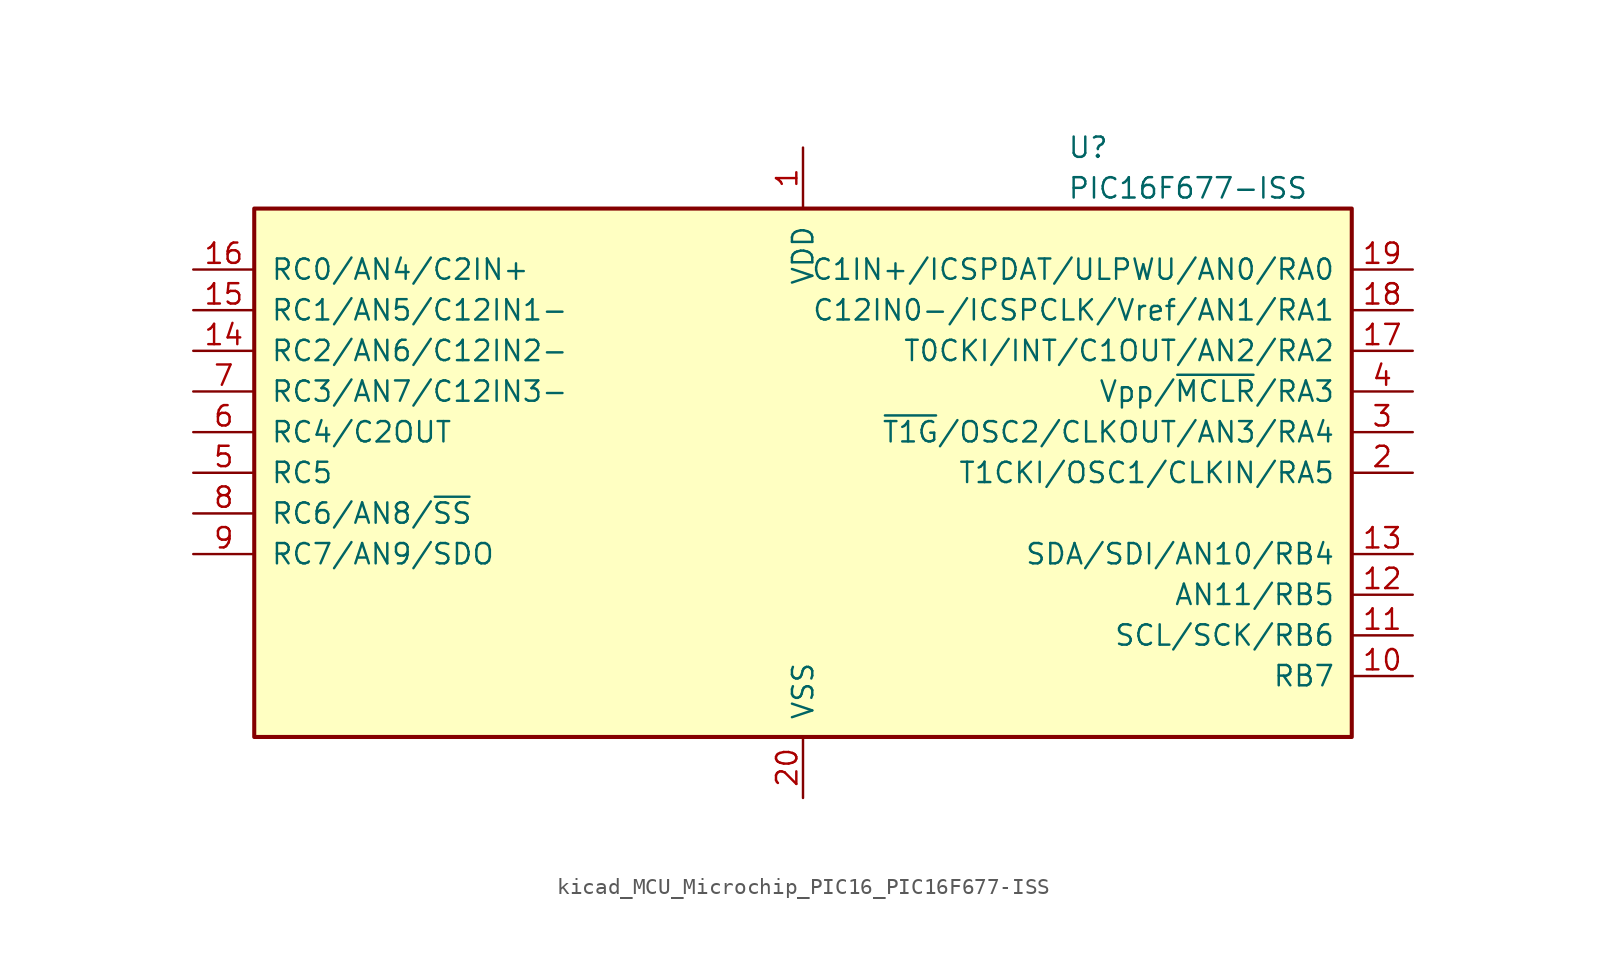
<source format=kicad_sym>
(kicad_symbol_lib
  (version 20220914)
  (generator kicad_symbol_editor)
  (symbol "kicad_MCU_Microchip_PIC16_PIC16F677-ISS"
    (pin_names
      (offset 1.016))
    (property "Reference" "U"
      (at 16.51 20.32 0)
      (effects (font (size 1.27 1.27)) (justify left)))
    (property "Value" "PIC16F677-ISS"
      (at 16.51 17.78 0)
      (effects (font (size 1.27 1.27)) (justify left)))
    (symbol "kicad_MCU_Microchip_PIC16_PIC16F677-ISS_0_1"
      (rectangle (start -34.29 16.51) (end 34.29 -16.51) (stroke (width 0.254) (type default)) (fill (type background))))
    (symbol "kicad_MCU_Microchip_PIC16_PIC16F677-ISS_1_1"
      (pin power_in line (at 0 20.32 270) (length 3.81) (name "VDD" (effects (font (size 1.27 1.27)))) (number "1" (effects (font (size 1.27 1.27)))))
      (pin bidirectional line (at 38.1 -12.7 180) (length 3.81) (name "RB7" (effects (font (size 1.27 1.27)))) (number "10" (effects (font (size 1.27 1.27)))))
      (pin bidirectional line (at 38.1 -10.16 180) (length 3.81) (name "SCL/SCK/RB6" (effects (font (size 1.27 1.27)))) (number "11" (effects (font (size 1.27 1.27)))))
      (pin bidirectional line (at 38.1 -7.62 180) (length 3.81) (name "AN11/RB5" (effects (font (size 1.27 1.27)))) (number "12" (effects (font (size 1.27 1.27)))))
      (pin bidirectional line (at 38.1 -5.08 180) (length 3.81) (name "SDA/SDI/AN10/RB4" (effects (font (size 1.27 1.27)))) (number "13" (effects (font (size 1.27 1.27)))))
      (pin bidirectional line (at -38.1 7.62 0) (length 3.81) (name "RC2/AN6/C12IN2-" (effects (font (size 1.27 1.27)))) (number "14" (effects (font (size 1.27 1.27)))))
      (pin bidirectional line (at -38.1 10.16 0) (length 3.81) (name "RC1/AN5/C12IN1-" (effects (font (size 1.27 1.27)))) (number "15" (effects (font (size 1.27 1.27)))))
      (pin bidirectional line (at -38.1 12.7 0) (length 3.81) (name "RC0/AN4/C2IN+" (effects (font (size 1.27 1.27)))) (number "16" (effects (font (size 1.27 1.27)))))
      (pin bidirectional line (at 38.1 7.62 180) (length 3.81) (name "T0CKI/INT/C1OUT/AN2/RA2" (effects (font (size 1.27 1.27)))) (number "17" (effects (font (size 1.27 1.27)))))
      (pin bidirectional line (at 38.1 10.16 180) (length 3.81) (name "C12IN0-/ICSPCLK/Vref/AN1/RA1" (effects (font (size 1.27 1.27)))) (number "18" (effects (font (size 1.27 1.27)))))
      (pin bidirectional line (at 38.1 12.7 180) (length 3.81) (name "C1IN+/ICSPDAT/ULPWU/AN0/RA0" (effects (font (size 1.27 1.27)))) (number "19" (effects (font (size 1.27 1.27)))))
      (pin bidirectional line (at 38.1 0 180) (length 3.81) (name "T1CKI/OSC1/CLKIN/RA5" (effects (font (size 1.27 1.27)))) (number "2" (effects (font (size 1.27 1.27)))))
      (pin power_in line (at 0 -20.32 90) (length 3.81) (name "VSS" (effects (font (size 1.27 1.27)))) (number "20" (effects (font (size 1.27 1.27)))))
      (pin bidirectional line (at 38.1 2.54 180) (length 3.81) (name "~{T1G}/OSC2/CLKOUT/AN3/RA4" (effects (font (size 1.27 1.27)))) (number "3" (effects (font (size 1.27 1.27)))))
      (pin input line (at 38.1 5.08 180) (length 3.81) (name "Vpp/~{MCLR}/RA3" (effects (font (size 1.27 1.27)))) (number "4" (effects (font (size 1.27 1.27)))))
      (pin bidirectional line (at -38.1 0 0) (length 3.81) (name "RC5" (effects (font (size 1.27 1.27)))) (number "5" (effects (font (size 1.27 1.27)))))
      (pin bidirectional line (at -38.1 2.54 0) (length 3.81) (name "RC4/C2OUT" (effects (font (size 1.27 1.27)))) (number "6" (effects (font (size 1.27 1.27)))))
      (pin bidirectional line (at -38.1 5.08 0) (length 3.81) (name "RC3/AN7/C12IN3-" (effects (font (size 1.27 1.27)))) (number "7" (effects (font (size 1.27 1.27)))))
      (pin bidirectional line (at -38.1 -2.54 0) (length 3.81) (name "RC6/AN8/~{SS}" (effects (font (size 1.27 1.27)))) (number "8" (effects (font (size 1.27 1.27)))))
      (pin bidirectional line (at -38.1 -5.08 0) (length 3.81) (name "RC7/AN9/SDO" (effects (font (size 1.27 1.27)))) (number "9" (effects (font (size 1.27 1.27))))))))
</source>
